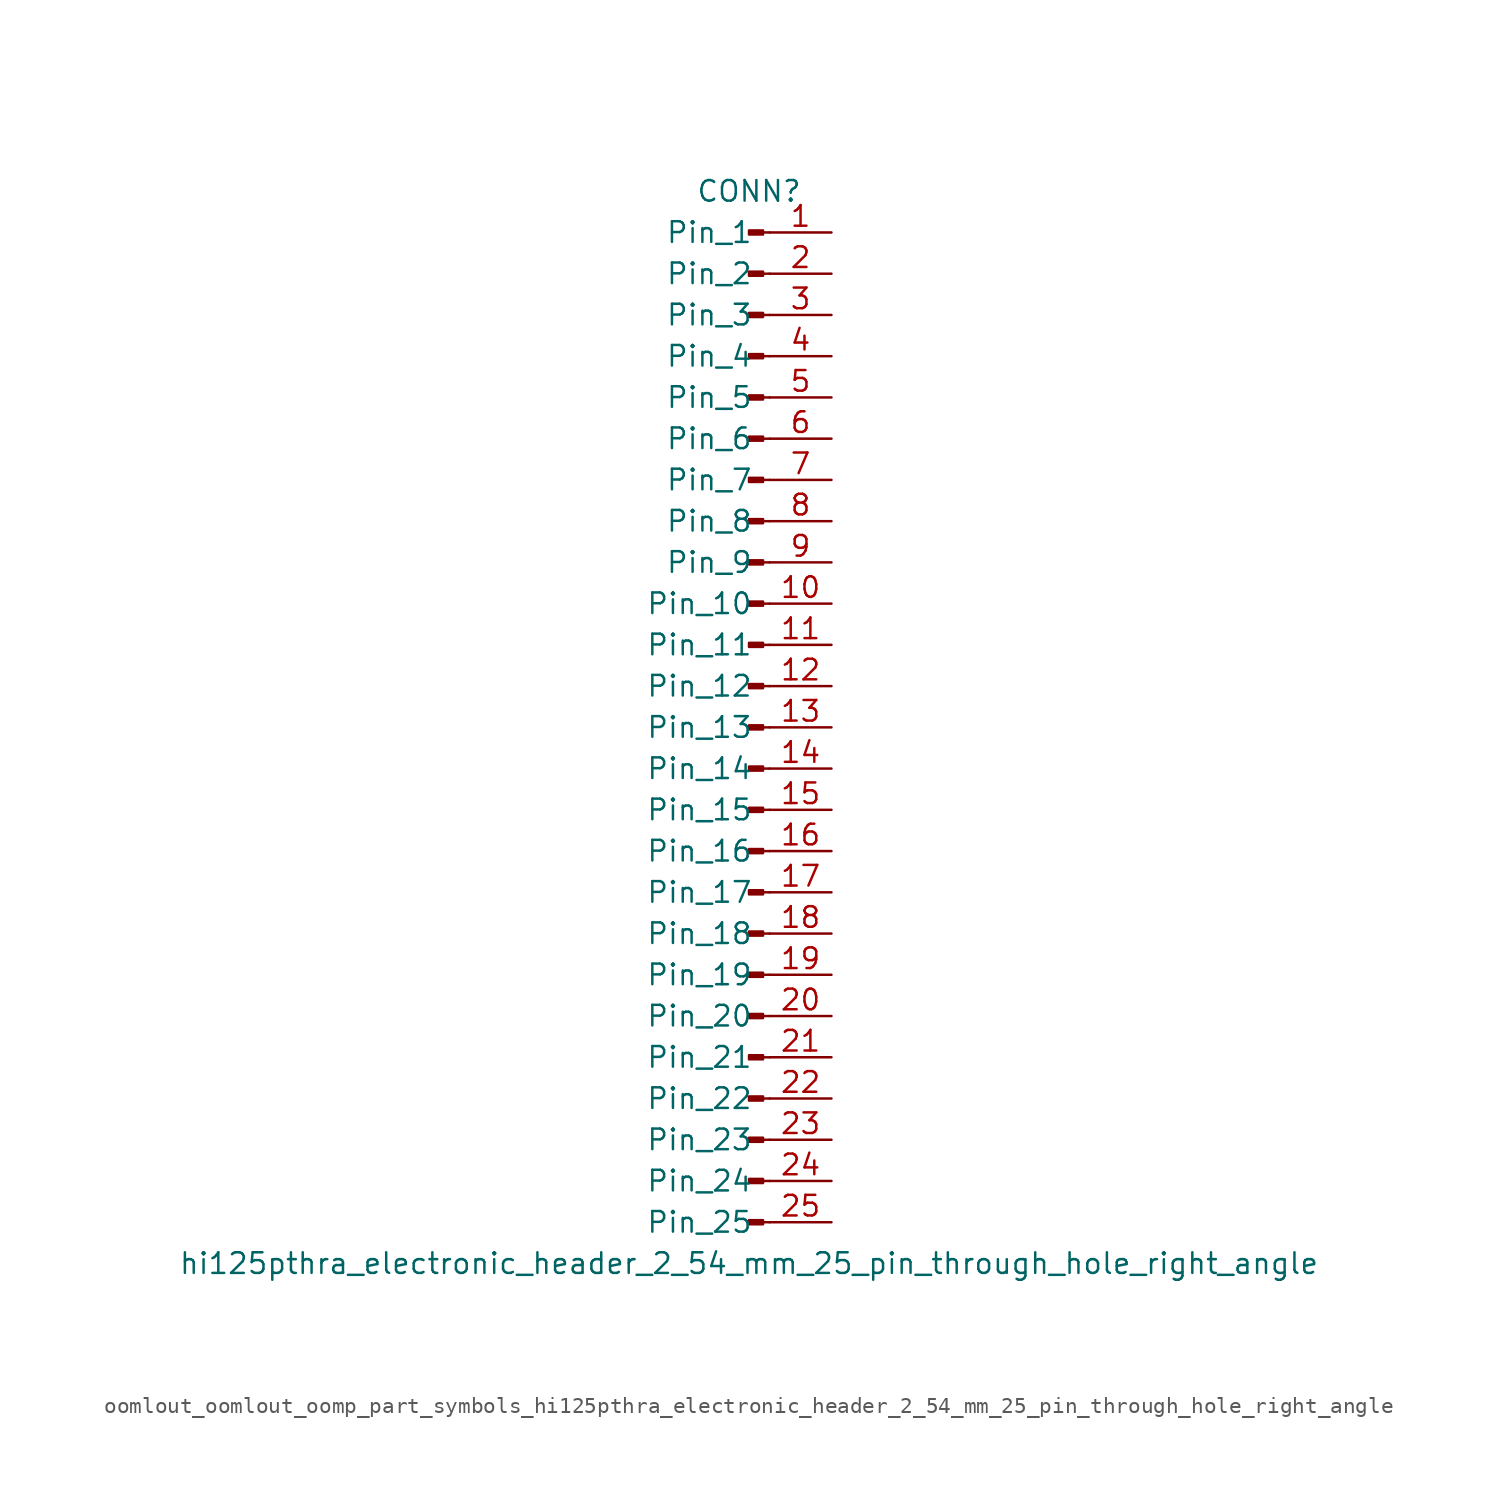
<source format=kicad_sym>
(kicad_symbol_lib
  (version 20220914)
  (generator kicad_symbol_editor)
  (symbol "oomlout_oomlout_oomp_part_symbols_hi125pthra_electronic_header_2_54_mm_25_pin_through_hole_right_angle"
    (pin_names
      (offset 1.016))
    (property "Reference" "CONN"
      (at 0 33.02 0)
      (effects (font (size 1.27 1.27))))
    (property "Value" "hi125pthra_electronic_header_2_54_mm_25_pin_through_hole_right_angle"
      (at 0 -33.02 0)
      (effects (font (size 1.27 1.27))))
    (property "ki_locked" ""
      (at 0 0 0)
      (effects (font (size 1.27 1.27))))
    (symbol "oomlout_oomlout_oomp_part_symbols_hi125pthra_electronic_header_2_54_mm_25_pin_through_hole_right_angle_1_1"
      (polyline (pts (xy 1.27 -30.48) (xy 0.864 -30.48)) (stroke (width 0.152) (type default)) (fill (type none)))
      (polyline (pts (xy 1.27 -27.94) (xy 0.864 -27.94)) (stroke (width 0.152) (type default)) (fill (type none)))
      (polyline (pts (xy 1.27 -25.4) (xy 0.864 -25.4)) (stroke (width 0.152) (type default)) (fill (type none)))
      (polyline (pts (xy 1.27 -22.86) (xy 0.864 -22.86)) (stroke (width 0.152) (type default)) (fill (type none)))
      (polyline (pts (xy 1.27 -20.32) (xy 0.864 -20.32)) (stroke (width 0.152) (type default)) (fill (type none)))
      (polyline (pts (xy 1.27 -17.78) (xy 0.864 -17.78)) (stroke (width 0.152) (type default)) (fill (type none)))
      (polyline (pts (xy 1.27 -15.24) (xy 0.864 -15.24)) (stroke (width 0.152) (type default)) (fill (type none)))
      (polyline (pts (xy 1.27 -12.7) (xy 0.864 -12.7)) (stroke (width 0.152) (type default)) (fill (type none)))
      (polyline (pts (xy 1.27 -10.16) (xy 0.864 -10.16)) (stroke (width 0.152) (type default)) (fill (type none)))
      (polyline (pts (xy 1.27 -7.62) (xy 0.864 -7.62)) (stroke (width 0.152) (type default)) (fill (type none)))
      (polyline (pts (xy 1.27 -5.08) (xy 0.864 -5.08)) (stroke (width 0.152) (type default)) (fill (type none)))
      (polyline (pts (xy 1.27 -2.54) (xy 0.864 -2.54)) (stroke (width 0.152) (type default)) (fill (type none)))
      (polyline (pts (xy 1.27 0) (xy 0.864 0)) (stroke (width 0.152) (type default)) (fill (type none)))
      (polyline (pts (xy 1.27 2.54) (xy 0.864 2.54)) (stroke (width 0.152) (type default)) (fill (type none)))
      (polyline (pts (xy 1.27 5.08) (xy 0.864 5.08)) (stroke (width 0.152) (type default)) (fill (type none)))
      (polyline (pts (xy 1.27 7.62) (xy 0.864 7.62)) (stroke (width 0.152) (type default)) (fill (type none)))
      (polyline (pts (xy 1.27 10.16) (xy 0.864 10.16)) (stroke (width 0.152) (type default)) (fill (type none)))
      (polyline (pts (xy 1.27 12.7) (xy 0.864 12.7)) (stroke (width 0.152) (type default)) (fill (type none)))
      (polyline (pts (xy 1.27 15.24) (xy 0.864 15.24)) (stroke (width 0.152) (type default)) (fill (type none)))
      (polyline (pts (xy 1.27 17.78) (xy 0.864 17.78)) (stroke (width 0.152) (type default)) (fill (type none)))
      (polyline (pts (xy 1.27 20.32) (xy 0.864 20.32)) (stroke (width 0.152) (type default)) (fill (type none)))
      (polyline (pts (xy 1.27 22.86) (xy 0.864 22.86)) (stroke (width 0.152) (type default)) (fill (type none)))
      (polyline (pts (xy 1.27 25.4) (xy 0.864 25.4)) (stroke (width 0.152) (type default)) (fill (type none)))
      (polyline (pts (xy 1.27 27.94) (xy 0.864 27.94)) (stroke (width 0.152) (type default)) (fill (type none)))
      (polyline (pts (xy 1.27 30.48) (xy 0.864 30.48)) (stroke (width 0.152) (type default)) (fill (type none)))
      (rectangle (start 0.864 -30.353) (end 0 -30.607) (stroke (width 0.152) (type default)) (fill (type outline)))
      (rectangle (start 0.864 -27.813) (end 0 -28.067) (stroke (width 0.152) (type default)) (fill (type outline)))
      (rectangle (start 0.864 -25.273) (end 0 -25.527) (stroke (width 0.152) (type default)) (fill (type outline)))
      (rectangle (start 0.864 -22.733) (end 0 -22.987) (stroke (width 0.152) (type default)) (fill (type outline)))
      (rectangle (start 0.864 -20.193) (end 0 -20.447) (stroke (width 0.152) (type default)) (fill (type outline)))
      (rectangle (start 0.864 -17.653) (end 0 -17.907) (stroke (width 0.152) (type default)) (fill (type outline)))
      (rectangle (start 0.864 -15.113) (end 0 -15.367) (stroke (width 0.152) (type default)) (fill (type outline)))
      (rectangle (start 0.864 -12.573) (end 0 -12.827) (stroke (width 0.152) (type default)) (fill (type outline)))
      (rectangle (start 0.864 -10.033) (end 0 -10.287) (stroke (width 0.152) (type default)) (fill (type outline)))
      (rectangle (start 0.864 -7.493) (end 0 -7.747) (stroke (width 0.152) (type default)) (fill (type outline)))
      (rectangle (start 0.864 -4.953) (end 0 -5.207) (stroke (width 0.152) (type default)) (fill (type outline)))
      (rectangle (start 0.864 -2.413) (end 0 -2.667) (stroke (width 0.152) (type default)) (fill (type outline)))
      (rectangle (start 0.864 0.127) (end 0 -0.127) (stroke (width 0.152) (type default)) (fill (type outline)))
      (rectangle (start 0.864 2.667) (end 0 2.413) (stroke (width 0.152) (type default)) (fill (type outline)))
      (rectangle (start 0.864 5.207) (end 0 4.953) (stroke (width 0.152) (type default)) (fill (type outline)))
      (rectangle (start 0.864 7.747) (end 0 7.493) (stroke (width 0.152) (type default)) (fill (type outline)))
      (rectangle (start 0.864 10.287) (end 0 10.033) (stroke (width 0.152) (type default)) (fill (type outline)))
      (rectangle (start 0.864 12.827) (end 0 12.573) (stroke (width 0.152) (type default)) (fill (type outline)))
      (rectangle (start 0.864 15.367) (end 0 15.113) (stroke (width 0.152) (type default)) (fill (type outline)))
      (rectangle (start 0.864 17.907) (end 0 17.653) (stroke (width 0.152) (type default)) (fill (type outline)))
      (rectangle (start 0.864 20.447) (end 0 20.193) (stroke (width 0.152) (type default)) (fill (type outline)))
      (rectangle (start 0.864 22.987) (end 0 22.733) (stroke (width 0.152) (type default)) (fill (type outline)))
      (rectangle (start 0.864 25.527) (end 0 25.273) (stroke (width 0.152) (type default)) (fill (type outline)))
      (rectangle (start 0.864 28.067) (end 0 27.813) (stroke (width 0.152) (type default)) (fill (type outline)))
      (rectangle (start 0.864 30.607) (end 0 30.353) (stroke (width 0.152) (type default)) (fill (type outline)))
      (pin passive line (at 5.08 30.48 180) (length 3.81) (name "Pin_1" (effects (font (size 1.27 1.27)))) (number "1" (effects (font (size 1.27 1.27)))))
      (pin passive line (at 5.08 7.62 180) (length 3.81) (name "Pin_10" (effects (font (size 1.27 1.27)))) (number "10" (effects (font (size 1.27 1.27)))))
      (pin passive line (at 5.08 5.08 180) (length 3.81) (name "Pin_11" (effects (font (size 1.27 1.27)))) (number "11" (effects (font (size 1.27 1.27)))))
      (pin passive line (at 5.08 2.54 180) (length 3.81) (name "Pin_12" (effects (font (size 1.27 1.27)))) (number "12" (effects (font (size 1.27 1.27)))))
      (pin passive line (at 5.08 0 180) (length 3.81) (name "Pin_13" (effects (font (size 1.27 1.27)))) (number "13" (effects (font (size 1.27 1.27)))))
      (pin passive line (at 5.08 -2.54 180) (length 3.81) (name "Pin_14" (effects (font (size 1.27 1.27)))) (number "14" (effects (font (size 1.27 1.27)))))
      (pin passive line (at 5.08 -5.08 180) (length 3.81) (name "Pin_15" (effects (font (size 1.27 1.27)))) (number "15" (effects (font (size 1.27 1.27)))))
      (pin passive line (at 5.08 -7.62 180) (length 3.81) (name "Pin_16" (effects (font (size 1.27 1.27)))) (number "16" (effects (font (size 1.27 1.27)))))
      (pin passive line (at 5.08 -10.16 180) (length 3.81) (name "Pin_17" (effects (font (size 1.27 1.27)))) (number "17" (effects (font (size 1.27 1.27)))))
      (pin passive line (at 5.08 -12.7 180) (length 3.81) (name "Pin_18" (effects (font (size 1.27 1.27)))) (number "18" (effects (font (size 1.27 1.27)))))
      (pin passive line (at 5.08 -15.24 180) (length 3.81) (name "Pin_19" (effects (font (size 1.27 1.27)))) (number "19" (effects (font (size 1.27 1.27)))))
      (pin passive line (at 5.08 27.94 180) (length 3.81) (name "Pin_2" (effects (font (size 1.27 1.27)))) (number "2" (effects (font (size 1.27 1.27)))))
      (pin passive line (at 5.08 -17.78 180) (length 3.81) (name "Pin_20" (effects (font (size 1.27 1.27)))) (number "20" (effects (font (size 1.27 1.27)))))
      (pin passive line (at 5.08 -20.32 180) (length 3.81) (name "Pin_21" (effects (font (size 1.27 1.27)))) (number "21" (effects (font (size 1.27 1.27)))))
      (pin passive line (at 5.08 -22.86 180) (length 3.81) (name "Pin_22" (effects (font (size 1.27 1.27)))) (number "22" (effects (font (size 1.27 1.27)))))
      (pin passive line (at 5.08 -25.4 180) (length 3.81) (name "Pin_23" (effects (font (size 1.27 1.27)))) (number "23" (effects (font (size 1.27 1.27)))))
      (pin passive line (at 5.08 -27.94 180) (length 3.81) (name "Pin_24" (effects (font (size 1.27 1.27)))) (number "24" (effects (font (size 1.27 1.27)))))
      (pin passive line (at 5.08 -30.48 180) (length 3.81) (name "Pin_25" (effects (font (size 1.27 1.27)))) (number "25" (effects (font (size 1.27 1.27)))))
      (pin passive line (at 5.08 25.4 180) (length 3.81) (name "Pin_3" (effects (font (size 1.27 1.27)))) (number "3" (effects (font (size 1.27 1.27)))))
      (pin passive line (at 5.08 22.86 180) (length 3.81) (name "Pin_4" (effects (font (size 1.27 1.27)))) (number "4" (effects (font (size 1.27 1.27)))))
      (pin passive line (at 5.08 20.32 180) (length 3.81) (name "Pin_5" (effects (font (size 1.27 1.27)))) (number "5" (effects (font (size 1.27 1.27)))))
      (pin passive line (at 5.08 17.78 180) (length 3.81) (name "Pin_6" (effects (font (size 1.27 1.27)))) (number "6" (effects (font (size 1.27 1.27)))))
      (pin passive line (at 5.08 15.24 180) (length 3.81) (name "Pin_7" (effects (font (size 1.27 1.27)))) (number "7" (effects (font (size 1.27 1.27)))))
      (pin passive line (at 5.08 12.7 180) (length 3.81) (name "Pin_8" (effects (font (size 1.27 1.27)))) (number "8" (effects (font (size 1.27 1.27)))))
      (pin passive line (at 5.08 10.16 180) (length 3.81) (name "Pin_9" (effects (font (size 1.27 1.27)))) (number "9" (effects (font (size 1.27 1.27))))))))
</source>
